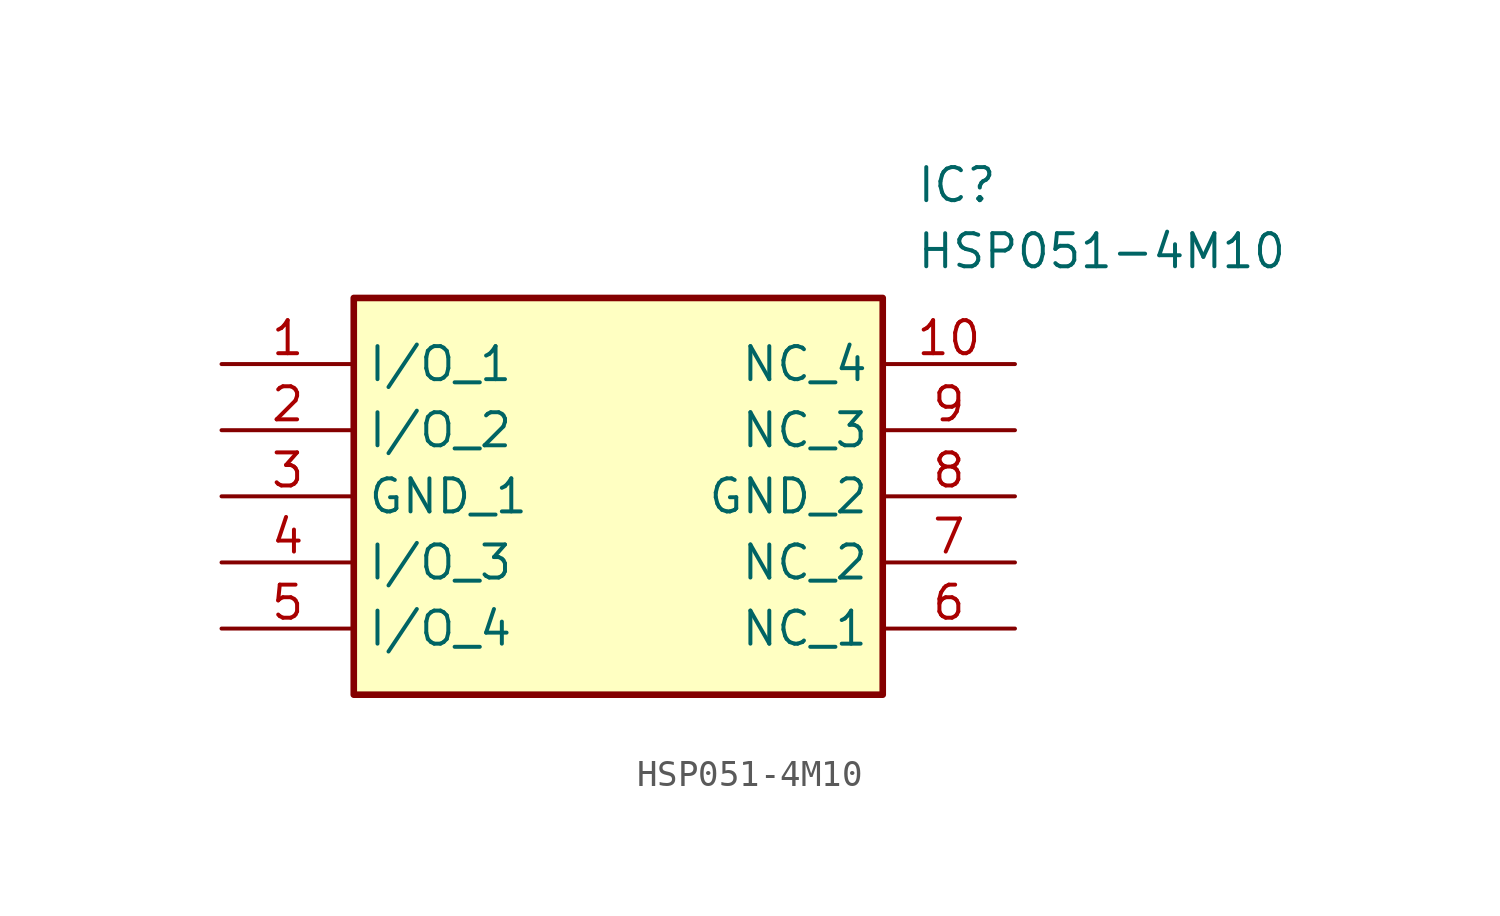
<source format=kicad_sym>
(kicad_symbol_lib
  (version 20211014)
  (generator SamacSys_ECAD_Model)
  (symbol "HSP051-4M10"
    (property "Reference" "IC"
      (at 26.67 7.62 0)
      (effects (font (size 1.27 1.27)) (justify left top)))
    (property "Value" "HSP051-4M10"
      (at 26.67 5.08 0)
      (effects (font (size 1.27 1.27)) (justify left top)))
    (rectangle
      (start 5.08 2.54)
      (end 25.4 -12.7)
      (stroke (width 0.254) (type default))
      (fill (type background)))
    (pin passive line
      (at 0 0 0)
      (length 5.08)
      (name "I/O_1" (effects (font (size 1.27 1.27))))
      (number "1" (effects (font (size 1.27 1.27)))))
    (pin passive line
      (at 0 -2.54 0)
      (length 5.08)
      (name "I/O_2" (effects (font (size 1.27 1.27))))
      (number "2" (effects (font (size 1.27 1.27)))))
    (pin passive line
      (at 0 -5.08 0)
      (length 5.08)
      (name "GND_1" (effects (font (size 1.27 1.27))))
      (number "3" (effects (font (size 1.27 1.27)))))
    (pin passive line
      (at 0 -7.62 0)
      (length 5.08)
      (name "I/O_3" (effects (font (size 1.27 1.27))))
      (number "4" (effects (font (size 1.27 1.27)))))
    (pin passive line
      (at 0 -10.16 0)
      (length 5.08)
      (name "I/O_4" (effects (font (size 1.27 1.27))))
      (number "5" (effects (font (size 1.27 1.27)))))
    (pin passive line
      (at 30.48 -10.16 180)
      (length 5.08)
      (name "NC_1" (effects (font (size 1.27 1.27))))
      (number "6" (effects (font (size 1.27 1.27)))))
    (pin passive line
      (at 30.48 -7.62 180)
      (length 5.08)
      (name "NC_2" (effects (font (size 1.27 1.27))))
      (number "7" (effects (font (size 1.27 1.27)))))
    (pin passive line
      (at 30.48 -5.08 180)
      (length 5.08)
      (name "GND_2" (effects (font (size 1.27 1.27))))
      (number "8" (effects (font (size 1.27 1.27)))))
    (pin passive line
      (at 30.48 -2.54 180)
      (length 5.08)
      (name "NC_3" (effects (font (size 1.27 1.27))))
      (number "9" (effects (font (size 1.27 1.27)))))
    (pin passive line
      (at 30.48 0 180)
      (length 5.08)
      (name "NC_4" (effects (font (size 1.27 1.27))))
      (number "10" (effects (font (size 1.27 1.27)))))))
</source>
